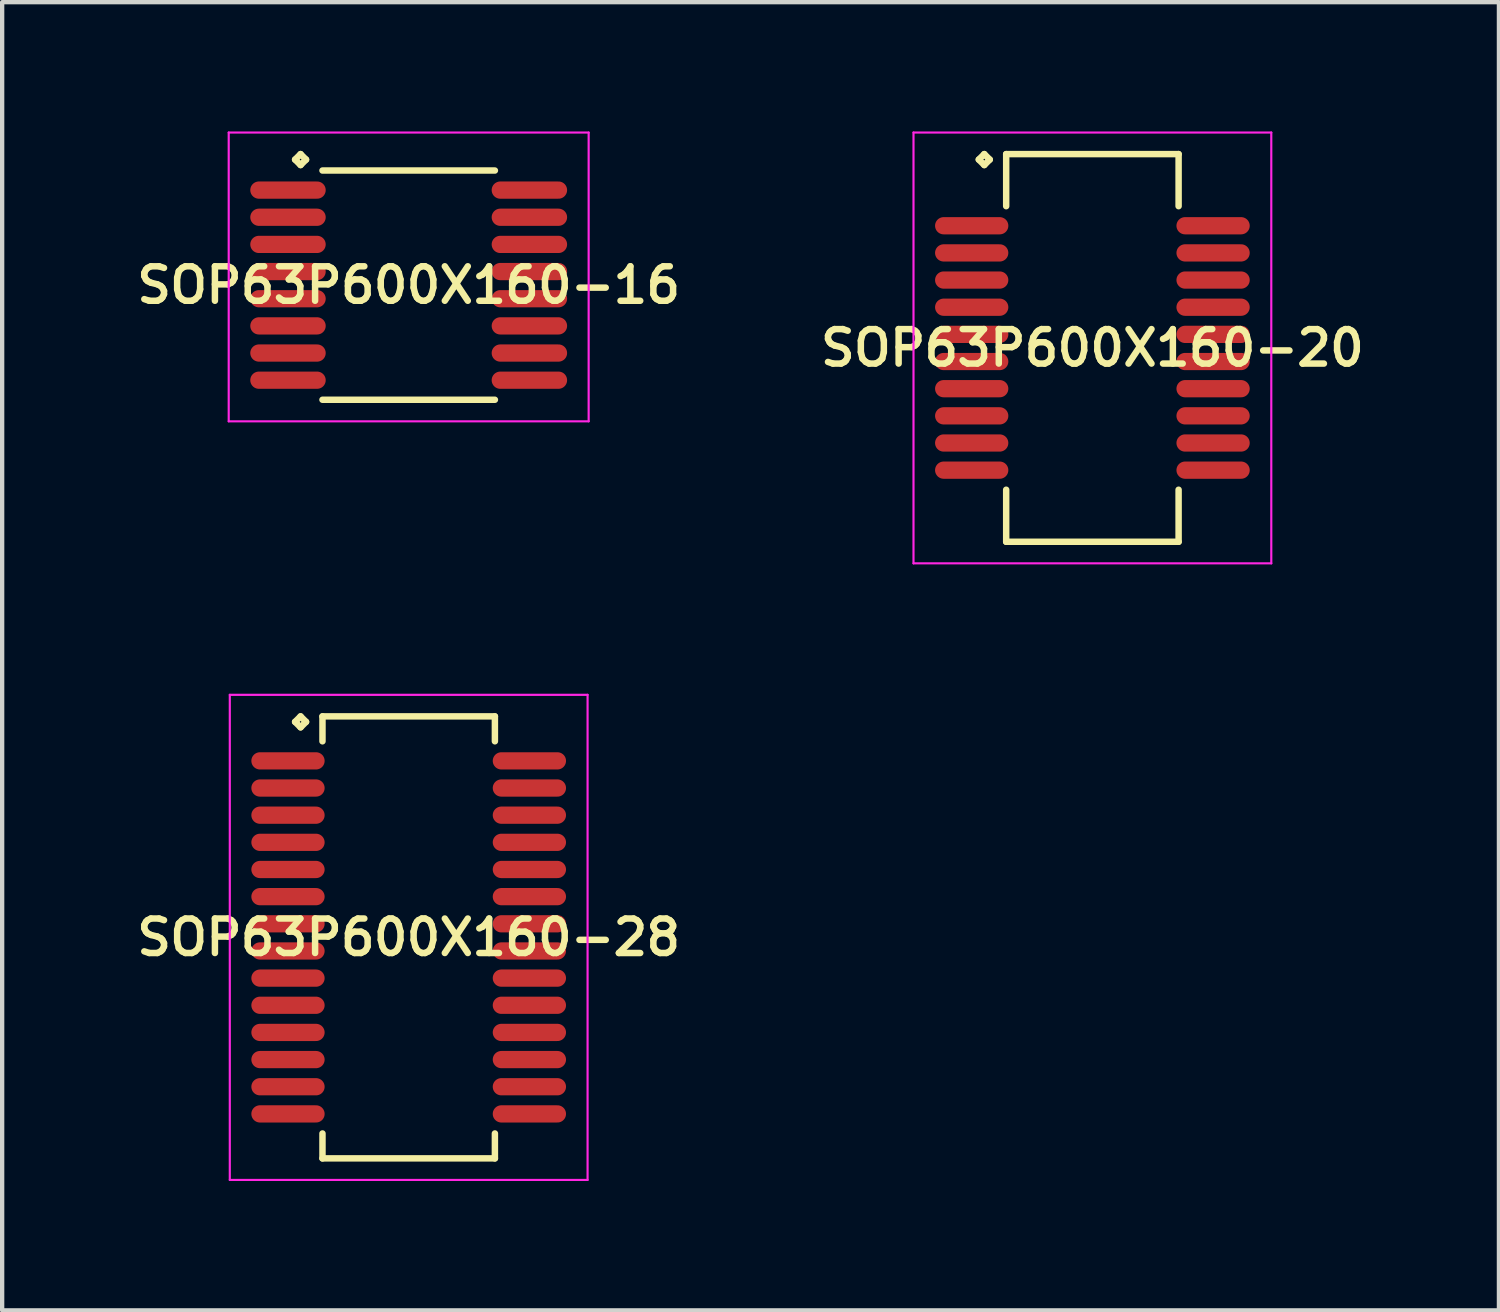
<source format=kicad_pcb>
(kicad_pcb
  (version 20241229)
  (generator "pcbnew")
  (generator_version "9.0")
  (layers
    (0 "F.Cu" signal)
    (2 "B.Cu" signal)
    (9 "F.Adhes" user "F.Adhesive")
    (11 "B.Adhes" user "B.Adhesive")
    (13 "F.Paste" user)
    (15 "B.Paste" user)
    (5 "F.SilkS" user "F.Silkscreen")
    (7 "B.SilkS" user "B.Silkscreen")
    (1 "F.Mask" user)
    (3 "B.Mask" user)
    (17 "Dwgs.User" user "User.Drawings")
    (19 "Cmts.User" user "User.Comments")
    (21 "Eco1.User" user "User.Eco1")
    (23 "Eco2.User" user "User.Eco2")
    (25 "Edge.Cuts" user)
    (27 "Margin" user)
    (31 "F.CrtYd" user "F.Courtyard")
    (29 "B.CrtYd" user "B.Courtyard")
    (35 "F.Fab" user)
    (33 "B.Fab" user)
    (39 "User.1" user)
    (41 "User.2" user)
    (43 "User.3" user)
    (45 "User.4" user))
  (footprint "SOP63P600X160-20"
    (layer "F.Cu")
    (at 22.292 5.022)
    (property "Reference" "SOP63P600X160-20" (at 0 0 0) (layer "F.SilkS") (effects (font (size 0.8 0.8) (thickness 0.15))))
    (attr smd)
    (fp_line (start -2.635 -4.37) (end -2.508 -4.497) (stroke (width 0.15) (type solid)) (layer "F.SilkS"))
    (fp_line (start -2.508 -4.497) (end -2.381 -4.37) (stroke (width 0.15) (type solid)) (layer "F.SilkS"))
    (fp_line (start -2.508 -4.243) (end -2.635 -4.37) (stroke (width 0.15) (type solid)) (layer "F.SilkS"))
    (fp_line (start -2.381 -4.37) (end -2.508 -4.243) (stroke (width 0.15) (type solid)) (layer "F.SilkS"))
    (fp_line (start -2 -4.497) (end 2 -4.497) (stroke (width 0.15) (type solid)) (layer "F.SilkS"))
    (fp_line (start -2 -3.289) (end -2 -4.497) (stroke (width 0.15) (type solid)) (layer "F.SilkS"))
    (fp_line (start -2 3.289) (end -2 4.497) (stroke (width 0.15) (type solid)) (layer "F.SilkS"))
    (fp_line (start -2 4.497) (end 2 4.497) (stroke (width 0.15) (type solid)) (layer "F.SilkS"))
    (fp_line (start 2 -4.497) (end 2 -3.289) (stroke (width 0.15) (type solid)) (layer "F.SilkS"))
    (fp_line (start 2 4.497) (end 2 3.289) (stroke (width 0.15) (type solid)) (layer "F.SilkS"))
    (fp_line (start -4.15 -4.997) (end 4.15 -4.997) (stroke (width 0.05) (type solid)) (layer "F.CrtYd"))
    (fp_line (start -4.15 4.997) (end -4.15 -4.997) (stroke (width 0.05) (type solid)) (layer "F.CrtYd"))
    (fp_line (start 4.15 -4.997) (end 4.15 4.997) (stroke (width 0.05) (type solid)) (layer "F.CrtYd"))
    (fp_line (start 4.15 4.997) (end -4.15 4.997) (stroke (width 0.05) (type solid)) (layer "F.CrtYd"))
    (pad "1" smd oval (at -2.8 -2.835) (size 1.7 0.4) (layers "F.Cu" "F.Mask" "F.Paste"))
    (pad "2" smd oval (at -2.8 -2.205) (size 1.7 0.4) (layers "F.Cu" "F.Mask" "F.Paste"))
    (pad "3" smd oval (at -2.8 -1.575) (size 1.7 0.4) (layers "F.Cu" "F.Mask" "F.Paste"))
    (pad "4" smd oval (at -2.8 -0.945) (size 1.7 0.4) (layers "F.Cu" "F.Mask" "F.Paste"))
    (pad "5" smd oval (at -2.8 -0.315) (size 1.7 0.4) (layers "F.Cu" "F.Mask" "F.Paste"))
    (pad "6" smd oval (at -2.8 0.315) (size 1.7 0.4) (layers "F.Cu" "F.Mask" "F.Paste"))
    (pad "7" smd oval (at -2.8 0.945) (size 1.7 0.4) (layers "F.Cu" "F.Mask" "F.Paste"))
    (pad "8" smd oval (at -2.8 1.575) (size 1.7 0.4) (layers "F.Cu" "F.Mask" "F.Paste"))
    (pad "9" smd oval (at -2.8 2.205) (size 1.7 0.4) (layers "F.Cu" "F.Mask" "F.Paste"))
    (pad "10" smd oval (at -2.8 2.835) (size 1.7 0.4) (layers "F.Cu" "F.Mask" "F.Paste"))
    (pad "11" smd oval (at 2.8 2.835) (size 1.7 0.4) (layers "F.Cu" "F.Mask" "F.Paste"))
    (pad "12" smd oval (at 2.8 2.205) (size 1.7 0.4) (layers "F.Cu" "F.Mask" "F.Paste"))
    (pad "13" smd oval (at 2.8 1.575) (size 1.7 0.4) (layers "F.Cu" "F.Mask" "F.Paste"))
    (pad "14" smd oval (at 2.8 0.945) (size 1.7 0.4) (layers "F.Cu" "F.Mask" "F.Paste"))
    (pad "15" smd oval (at 2.8 0.315) (size 1.7 0.4) (layers "F.Cu" "F.Mask" "F.Paste"))
    (pad "16" smd oval (at 2.8 -0.315) (size 1.7 0.4) (layers "F.Cu" "F.Mask" "F.Paste"))
    (pad "17" smd oval (at 2.8 -0.945) (size 1.7 0.4) (layers "F.Cu" "F.Mask" "F.Paste"))
    (pad "18" smd oval (at 2.8 -1.575) (size 1.7 0.4) (layers "F.Cu" "F.Mask" "F.Paste"))
    (pad "19" smd oval (at 2.8 -2.205) (size 1.7 0.4) (layers "F.Cu" "F.Mask" "F.Paste"))
    (pad "20" smd oval (at 2.8 -2.835) (size 1.7 0.4) (layers "F.Cu" "F.Mask" "F.Paste")))
  (footprint "SOP63P600X160-28"
    (layer "F.Cu")
    (at 6.431 18.696)
    (property "Reference" "SOP63P600X160-28" (at 0 0 0) (layer "F.SilkS") (effects (font (size 0.8 0.8) (thickness 0.15))))
    (attr smd)
    (fp_line (start -2.635 -5) (end -2.508 -5.127) (stroke (width 0.15) (type solid)) (layer "F.SilkS"))
    (fp_line (start -2.508 -5.127) (end -2.381 -5) (stroke (width 0.15) (type solid)) (layer "F.SilkS"))
    (fp_line (start -2.508 -4.873) (end -2.635 -5) (stroke (width 0.15) (type solid)) (layer "F.SilkS"))
    (fp_line (start -2.381 -5) (end -2.508 -4.873) (stroke (width 0.15) (type solid)) (layer "F.SilkS"))
    (fp_line (start -2 -5.127) (end 2 -5.127) (stroke (width 0.15) (type solid)) (layer "F.SilkS"))
    (fp_line (start -2 -4.549) (end -2 -5.127) (stroke (width 0.15) (type solid)) (layer "F.SilkS"))
    (fp_line (start -2 4.549) (end -2 5.127) (stroke (width 0.15) (type solid)) (layer "F.SilkS"))
    (fp_line (start -2 5.127) (end 2 5.127) (stroke (width 0.15) (type solid)) (layer "F.SilkS"))
    (fp_line (start 2 -5.127) (end 2 -4.549) (stroke (width 0.15) (type solid)) (layer "F.SilkS"))
    (fp_line (start 2 5.127) (end 2 4.549) (stroke (width 0.15) (type solid)) (layer "F.SilkS"))
    (fp_line (start -4.15 -5.627) (end 4.15 -5.627) (stroke (width 0.05) (type solid)) (layer "F.CrtYd"))
    (fp_line (start -4.15 5.627) (end -4.15 -5.627) (stroke (width 0.05) (type solid)) (layer "F.CrtYd"))
    (fp_line (start 4.15 -5.627) (end 4.15 5.627) (stroke (width 0.05) (type solid)) (layer "F.CrtYd"))
    (fp_line (start 4.15 5.627) (end -4.15 5.627) (stroke (width 0.05) (type solid)) (layer "F.CrtYd"))
    (pad "1" smd oval (at -2.8 -4.095) (size 1.7 0.4) (layers "F.Cu" "F.Mask" "F.Paste"))
    (pad "2" smd oval (at -2.8 -3.465) (size 1.7 0.4) (layers "F.Cu" "F.Mask" "F.Paste"))
    (pad "3" smd oval (at -2.8 -2.835) (size 1.7 0.4) (layers "F.Cu" "F.Mask" "F.Paste"))
    (pad "4" smd oval (at -2.8 -2.205) (size 1.7 0.4) (layers "F.Cu" "F.Mask" "F.Paste"))
    (pad "5" smd oval (at -2.8 -1.575) (size 1.7 0.4) (layers "F.Cu" "F.Mask" "F.Paste"))
    (pad "6" smd oval (at -2.8 -0.945) (size 1.7 0.4) (layers "F.Cu" "F.Mask" "F.Paste"))
    (pad "7" smd oval (at -2.8 -0.315) (size 1.7 0.4) (layers "F.Cu" "F.Mask" "F.Paste"))
    (pad "8" smd oval (at -2.8 0.315) (size 1.7 0.4) (layers "F.Cu" "F.Mask" "F.Paste"))
    (pad "9" smd oval (at -2.8 0.945) (size 1.7 0.4) (layers "F.Cu" "F.Mask" "F.Paste"))
    (pad "10" smd oval (at -2.8 1.575) (size 1.7 0.4) (layers "F.Cu" "F.Mask" "F.Paste"))
    (pad "11" smd oval (at -2.8 2.205) (size 1.7 0.4) (layers "F.Cu" "F.Mask" "F.Paste"))
    (pad "12" smd oval (at -2.8 2.835) (size 1.7 0.4) (layers "F.Cu" "F.Mask" "F.Paste"))
    (pad "13" smd oval (at -2.8 3.465) (size 1.7 0.4) (layers "F.Cu" "F.Mask" "F.Paste"))
    (pad "14" smd oval (at -2.8 4.095) (size 1.7 0.4) (layers "F.Cu" "F.Mask" "F.Paste"))
    (pad "15" smd oval (at 2.8 4.095) (size 1.7 0.4) (layers "F.Cu" "F.Mask" "F.Paste"))
    (pad "16" smd oval (at 2.8 3.465) (size 1.7 0.4) (layers "F.Cu" "F.Mask" "F.Paste"))
    (pad "17" smd oval (at 2.8 2.835) (size 1.7 0.4) (layers "F.Cu" "F.Mask" "F.Paste"))
    (pad "18" smd oval (at 2.8 2.205) (size 1.7 0.4) (layers "F.Cu" "F.Mask" "F.Paste"))
    (pad "19" smd oval (at 2.8 1.575) (size 1.7 0.4) (layers "F.Cu" "F.Mask" "F.Paste"))
    (pad "20" smd oval (at 2.8 0.945) (size 1.7 0.4) (layers "F.Cu" "F.Mask" "F.Paste"))
    (pad "21" smd oval (at 2.8 0.315) (size 1.7 0.4) (layers "F.Cu" "F.Mask" "F.Paste"))
    (pad "22" smd oval (at 2.8 -0.315) (size 1.7 0.4) (layers "F.Cu" "F.Mask" "F.Paste"))
    (pad "23" smd oval (at 2.8 -0.945) (size 1.7 0.4) (layers "F.Cu" "F.Mask" "F.Paste"))
    (pad "24" smd oval (at 2.8 -1.575) (size 1.7 0.4) (layers "F.Cu" "F.Mask" "F.Paste"))
    (pad "25" smd oval (at 2.8 -2.205) (size 1.7 0.4) (layers "F.Cu" "F.Mask" "F.Paste"))
    (pad "26" smd oval (at 2.8 -2.835) (size 1.7 0.4) (layers "F.Cu" "F.Mask" "F.Paste"))
    (pad "27" smd oval (at 2.8 -3.465) (size 1.7 0.4) (layers "F.Cu" "F.Mask" "F.Paste"))
    (pad "28" smd oval (at 2.8 -4.095) (size 1.7 0.4) (layers "F.Cu" "F.Mask" "F.Paste")))
  (footprint "SOP63P600X160-16"
    (layer "F.Cu")
    (at 6.431 3.565)
    (property "Reference" "SOP63P600X160-16" (at 0 0 0) (layer "F.SilkS") (effects (font (size 0.8 0.8) (thickness 0.15))))
    (attr smd)
    (fp_line (start -2.635 -2.913) (end -2.508 -3.04) (stroke (width 0.15) (type solid)) (layer "F.SilkS"))
    (fp_line (start -2.508 -3.04) (end -2.381 -2.913) (stroke (width 0.15) (type solid)) (layer "F.SilkS"))
    (fp_line (start -2.508 -2.786) (end -2.635 -2.913) (stroke (width 0.15) (type solid)) (layer "F.SilkS"))
    (fp_line (start -2.381 -2.913) (end -2.508 -2.786) (stroke (width 0.15) (type solid)) (layer "F.SilkS"))
    (fp_line (start -2 -2.659) (end 2 -2.659) (stroke (width 0.15) (type solid)) (layer "F.SilkS"))
    (fp_line (start -2 2.659) (end 2 2.659) (stroke (width 0.15) (type solid)) (layer "F.SilkS"))
    (fp_line (start -4.175 -3.54) (end 4.175 -3.54) (stroke (width 0.05) (type solid)) (layer "F.CrtYd"))
    (fp_line (start -4.175 3.159) (end -4.175 -3.54) (stroke (width 0.05) (type solid)) (layer "F.CrtYd"))
    (fp_line (start 4.175 -3.54) (end 4.175 3.159) (stroke (width 0.05) (type solid)) (layer "F.CrtYd"))
    (fp_line (start 4.175 3.159) (end -4.175 3.159) (stroke (width 0.05) (type solid)) (layer "F.CrtYd"))
    (pad "1" smd oval (at -2.8 -2.205) (size 1.75 0.4) (layers "F.Cu" "F.Mask" "F.Paste"))
    (pad "2" smd oval (at -2.8 -1.575) (size 1.75 0.4) (layers "F.Cu" "F.Mask" "F.Paste"))
    (pad "3" smd oval (at -2.8 -0.945) (size 1.75 0.4) (layers "F.Cu" "F.Mask" "F.Paste"))
    (pad "4" smd oval (at -2.8 -0.315) (size 1.75 0.4) (layers "F.Cu" "F.Mask" "F.Paste"))
    (pad "5" smd oval (at -2.8 0.315) (size 1.75 0.4) (layers "F.Cu" "F.Mask" "F.Paste"))
    (pad "6" smd oval (at -2.8 0.945) (size 1.75 0.4) (layers "F.Cu" "F.Mask" "F.Paste"))
    (pad "7" smd oval (at -2.8 1.575) (size 1.75 0.4) (layers "F.Cu" "F.Mask" "F.Paste"))
    (pad "8" smd oval (at -2.8 2.205) (size 1.75 0.4) (layers "F.Cu" "F.Mask" "F.Paste"))
    (pad "9" smd oval (at 2.8 2.205) (size 1.75 0.4) (layers "F.Cu" "F.Mask" "F.Paste"))
    (pad "10" smd oval (at 2.8 1.575) (size 1.75 0.4) (layers "F.Cu" "F.Mask" "F.Paste"))
    (pad "11" smd oval (at 2.8 0.945) (size 1.75 0.4) (layers "F.Cu" "F.Mask" "F.Paste"))
    (pad "12" smd oval (at 2.8 0.315) (size 1.75 0.4) (layers "F.Cu" "F.Mask" "F.Paste"))
    (pad "13" smd oval (at 2.8 -0.315) (size 1.75 0.4) (layers "F.Cu" "F.Mask" "F.Paste"))
    (pad "14" smd oval (at 2.8 -0.945) (size 1.75 0.4) (layers "F.Cu" "F.Mask" "F.Paste"))
    (pad "15" smd oval (at 2.8 -1.575) (size 1.75 0.4) (layers "F.Cu" "F.Mask" "F.Paste"))
    (pad "16" smd oval (at 2.8 -2.205) (size 1.75 0.4) (layers "F.Cu" "F.Mask" "F.Paste")))
  (gr_rect
    (start -3 -3)
    (end 31.723 27.348)
    (stroke (width 0.1) (type default))
    (fill no)
    (layer "Edge.Cuts")))
</source>
